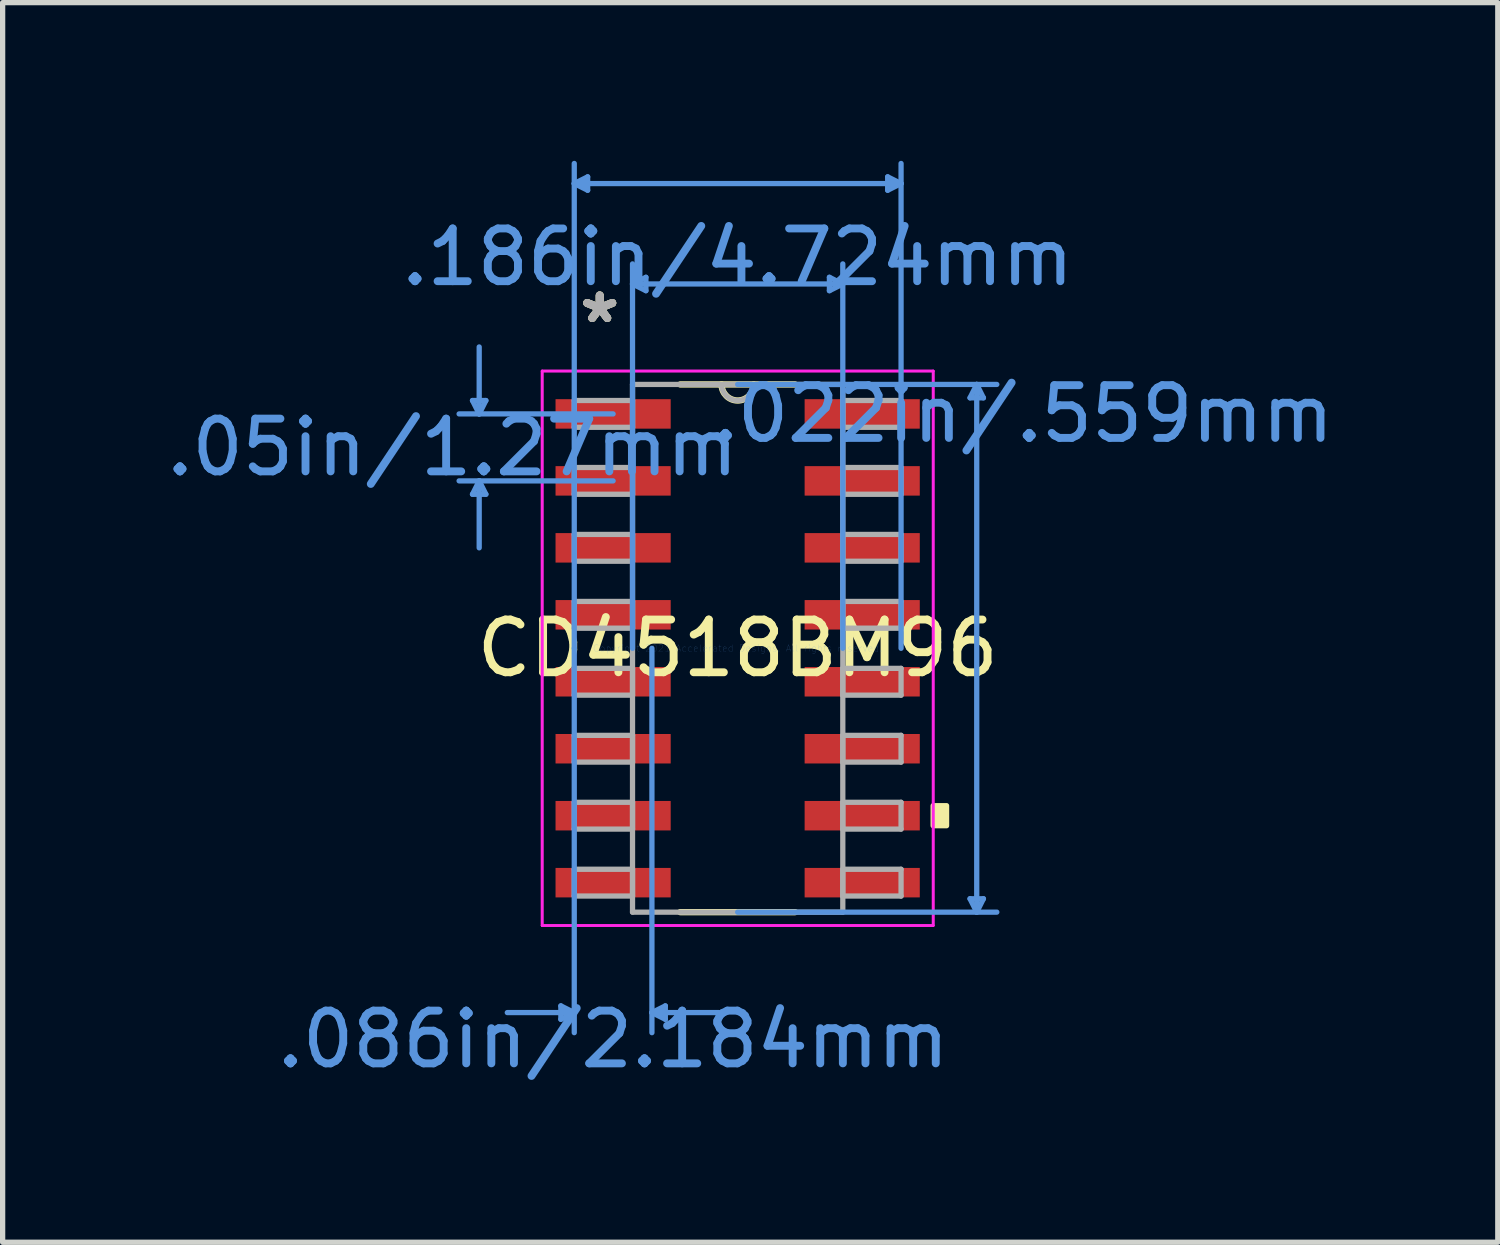
<source format=kicad_pcb>
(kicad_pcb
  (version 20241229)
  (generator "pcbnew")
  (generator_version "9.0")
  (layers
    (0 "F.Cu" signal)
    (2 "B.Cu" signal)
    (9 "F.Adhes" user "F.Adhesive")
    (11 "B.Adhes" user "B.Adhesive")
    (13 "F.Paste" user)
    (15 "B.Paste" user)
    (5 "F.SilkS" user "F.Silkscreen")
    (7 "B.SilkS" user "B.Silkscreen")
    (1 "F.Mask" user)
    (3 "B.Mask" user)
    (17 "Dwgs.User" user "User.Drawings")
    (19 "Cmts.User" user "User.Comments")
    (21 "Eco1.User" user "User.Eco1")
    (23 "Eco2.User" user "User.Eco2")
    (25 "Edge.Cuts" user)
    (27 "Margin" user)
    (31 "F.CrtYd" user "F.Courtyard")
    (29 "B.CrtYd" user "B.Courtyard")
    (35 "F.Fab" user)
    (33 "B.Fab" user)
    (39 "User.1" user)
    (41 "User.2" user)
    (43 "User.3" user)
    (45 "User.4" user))
  (footprint "CD4518BM96"
    (layer "F.Cu")
    (at 10.94 9.245)
    (property "Reference" "CD4518BM96" (at 0 0 0) (layer "F.SilkS") (effects (font (size 1 1) (thickness 0.15))))
    (attr through_hole)
    (fp_line (start -1.089 5.004) (end 1.089 5.004) (stroke (width 0.12) (type solid)) (layer "F.SilkS"))
    (fp_line (start 1.089 -5.004) (end -1.089 -5.004) (stroke (width 0.12) (type solid)) (layer "F.SilkS"))
    (fp_arc (start 0.3048 -5.0038) (mid 0 -4.699) (end -0.3048 -5.0038) (stroke (width 0.12) (type solid)) (layer "F.SilkS"))
    (fp_poly (pts (xy 3.962 2.985) (xy 3.962 3.365) (xy 3.708 3.365) (xy 3.708 2.985)) (stroke (width 0.1) (type solid)) (fill yes) (layer "F.SilkS"))
    (fp_line (start -5.029 -4.699) (end -4.775 -4.699) (stroke (width 0.1) (type solid)) (layer "Cmts.User"))
    (fp_line (start -5.029 -2.921) (end -4.775 -2.921) (stroke (width 0.1) (type solid)) (layer "Cmts.User"))
    (fp_line (start -4.902 -4.445) (end -5.029 -4.699) (stroke (width 0.1) (type solid)) (layer "Cmts.User"))
    (fp_line (start -4.902 -4.445) (end -4.902 -5.715) (stroke (width 0.1) (type solid)) (layer "Cmts.User"))
    (fp_line (start -4.902 -4.445) (end -4.775 -4.699) (stroke (width 0.1) (type solid)) (layer "Cmts.User"))
    (fp_line (start -4.902 -3.175) (end -5.029 -2.921) (stroke (width 0.1) (type solid)) (layer "Cmts.User"))
    (fp_line (start -4.902 -3.175) (end -4.902 -1.905) (stroke (width 0.1) (type solid)) (layer "Cmts.User"))
    (fp_line (start -4.902 -3.175) (end -4.775 -2.921) (stroke (width 0.1) (type solid)) (layer "Cmts.User"))
    (fp_line (start -3.353 6.782) (end -3.353 7.036) (stroke (width 0.1) (type solid)) (layer "Cmts.User"))
    (fp_line (start -3.099 -8.814) (end -2.845 -8.941) (stroke (width 0.1) (type solid)) (layer "Cmts.User"))
    (fp_line (start -3.099 -8.814) (end -2.845 -8.687) (stroke (width 0.1) (type solid)) (layer "Cmts.User"))
    (fp_line (start -3.099 -8.814) (end 3.099 -8.814) (stroke (width 0.1) (type solid)) (layer "Cmts.User"))
    (fp_line (start -3.099 0) (end -3.099 -9.195) (stroke (width 0.1) (type solid)) (layer "Cmts.User"))
    (fp_line (start -3.099 0) (end -3.099 7.29) (stroke (width 0.1) (type solid)) (layer "Cmts.User"))
    (fp_line (start -3.099 6.909) (end -4.369 6.909) (stroke (width 0.1) (type solid)) (layer "Cmts.User"))
    (fp_line (start -3.099 6.909) (end -3.353 6.782) (stroke (width 0.1) (type solid)) (layer "Cmts.User"))
    (fp_line (start -3.099 6.909) (end -3.353 7.036) (stroke (width 0.1) (type solid)) (layer "Cmts.User"))
    (fp_line (start -2.845 -8.941) (end -2.845 -8.687) (stroke (width 0.1) (type solid)) (layer "Cmts.User"))
    (fp_line (start -2.362 -4.445) (end -5.283 -4.445) (stroke (width 0.1) (type solid)) (layer "Cmts.User"))
    (fp_line (start -2.362 -3.175) (end -5.283 -3.175) (stroke (width 0.1) (type solid)) (layer "Cmts.User"))
    (fp_line (start -1.994 -6.909) (end -1.74 -7.036) (stroke (width 0.1) (type solid)) (layer "Cmts.User"))
    (fp_line (start -1.994 -6.909) (end -1.74 -6.782) (stroke (width 0.1) (type solid)) (layer "Cmts.User"))
    (fp_line (start -1.994 -6.909) (end 1.994 -6.909) (stroke (width 0.1) (type solid)) (layer "Cmts.User"))
    (fp_line (start -1.994 0) (end -1.994 -7.29) (stroke (width 0.1) (type solid)) (layer "Cmts.User"))
    (fp_line (start -1.74 -7.036) (end -1.74 -6.782) (stroke (width 0.1) (type solid)) (layer "Cmts.User"))
    (fp_line (start -1.626 0) (end -1.626 7.29) (stroke (width 0.1) (type solid)) (layer "Cmts.User"))
    (fp_line (start -1.626 6.909) (end -1.372 6.782) (stroke (width 0.1) (type solid)) (layer "Cmts.User"))
    (fp_line (start -1.626 6.909) (end -1.372 7.036) (stroke (width 0.1) (type solid)) (layer "Cmts.User"))
    (fp_line (start -1.626 6.909) (end -0.356 6.909) (stroke (width 0.1) (type solid)) (layer "Cmts.User"))
    (fp_line (start -1.372 6.782) (end -1.372 7.036) (stroke (width 0.1) (type solid)) (layer "Cmts.User"))
    (fp_line (start 0 -5.004) (end 4.915 -5.004) (stroke (width 0.1) (type solid)) (layer "Cmts.User"))
    (fp_line (start 0 5.004) (end 4.915 5.004) (stroke (width 0.1) (type solid)) (layer "Cmts.User"))
    (fp_line (start 1.74 -7.036) (end 1.74 -6.782) (stroke (width 0.1) (type solid)) (layer "Cmts.User"))
    (fp_line (start 1.994 -6.909) (end 1.74 -7.036) (stroke (width 0.1) (type solid)) (layer "Cmts.User"))
    (fp_line (start 1.994 -6.909) (end 1.74 -6.782) (stroke (width 0.1) (type solid)) (layer "Cmts.User"))
    (fp_line (start 1.994 0) (end 1.994 -7.29) (stroke (width 0.1) (type solid)) (layer "Cmts.User"))
    (fp_line (start 2.845 -8.941) (end 2.845 -8.687) (stroke (width 0.1) (type solid)) (layer "Cmts.User"))
    (fp_line (start 3.099 -8.814) (end 2.845 -8.941) (stroke (width 0.1) (type solid)) (layer "Cmts.User"))
    (fp_line (start 3.099 -8.814) (end 2.845 -8.687) (stroke (width 0.1) (type solid)) (layer "Cmts.User"))
    (fp_line (start 3.099 0) (end 3.099 -9.195) (stroke (width 0.1) (type solid)) (layer "Cmts.User"))
    (fp_line (start 4.407 -4.75) (end 4.661 -4.75) (stroke (width 0.1) (type solid)) (layer "Cmts.User"))
    (fp_line (start 4.407 4.75) (end 4.661 4.75) (stroke (width 0.1) (type solid)) (layer "Cmts.User"))
    (fp_line (start 4.534 -5.004) (end 4.407 -4.75) (stroke (width 0.1) (type solid)) (layer "Cmts.User"))
    (fp_line (start 4.534 -5.004) (end 4.534 5.004) (stroke (width 0.1) (type solid)) (layer "Cmts.User"))
    (fp_line (start 4.534 -5.004) (end 4.661 -4.75) (stroke (width 0.1) (type solid)) (layer "Cmts.User"))
    (fp_line (start 4.534 5.004) (end 4.407 4.75) (stroke (width 0.1) (type solid)) (layer "Cmts.User"))
    (fp_line (start 4.534 5.004) (end 4.661 4.75) (stroke (width 0.1) (type solid)) (layer "Cmts.User"))
    (fp_line (start -3.708 -5.258) (end 3.708 -5.258) (stroke (width 0.05) (type solid)) (layer "F.CrtYd"))
    (fp_line (start -3.708 -5.258) (end 3.708 -5.258) (stroke (width 0.05) (type solid)) (layer "F.CrtYd"))
    (fp_line (start -3.708 5.258) (end -3.708 -5.258) (stroke (width 0.05) (type solid)) (layer "F.CrtYd"))
    (fp_line (start -3.708 5.258) (end -3.708 -5.258) (stroke (width 0.05) (type solid)) (layer "F.CrtYd"))
    (fp_line (start 3.708 -5.258) (end 3.708 5.258) (stroke (width 0.05) (type solid)) (layer "F.CrtYd"))
    (fp_line (start 3.708 -5.258) (end 3.708 5.258) (stroke (width 0.05) (type solid)) (layer "F.CrtYd"))
    (fp_line (start 3.708 5.258) (end -3.708 5.258) (stroke (width 0.05) (type solid)) (layer "F.CrtYd"))
    (fp_line (start 3.708 5.258) (end -3.708 5.258) (stroke (width 0.05) (type solid)) (layer "F.CrtYd"))
    (fp_line (start -3.099 -4.699) (end -3.099 -4.191) (stroke (width 0.1) (type solid)) (layer "F.Fab"))
    (fp_line (start -3.099 -4.191) (end -1.994 -4.191) (stroke (width 0.1) (type solid)) (layer "F.Fab"))
    (fp_line (start -3.099 -3.429) (end -3.099 -2.921) (stroke (width 0.1) (type solid)) (layer "F.Fab"))
    (fp_line (start -3.099 -2.921) (end -1.994 -2.921) (stroke (width 0.1) (type solid)) (layer "F.Fab"))
    (fp_line (start -3.099 -2.159) (end -3.099 -1.651) (stroke (width 0.1) (type solid)) (layer "F.Fab"))
    (fp_line (start -3.099 -1.651) (end -1.994 -1.651) (stroke (width 0.1) (type solid)) (layer "F.Fab"))
    (fp_line (start -3.099 -0.889) (end -3.099 -0.381) (stroke (width 0.1) (type solid)) (layer "F.Fab"))
    (fp_line (start -3.099 -0.381) (end -1.994 -0.381) (stroke (width 0.1) (type solid)) (layer "F.Fab"))
    (fp_line (start -3.099 0.381) (end -3.099 0.889) (stroke (width 0.1) (type solid)) (layer "F.Fab"))
    (fp_line (start -3.099 0.889) (end -1.994 0.889) (stroke (width 0.1) (type solid)) (layer "F.Fab"))
    (fp_line (start -3.099 1.651) (end -3.099 2.159) (stroke (width 0.1) (type solid)) (layer "F.Fab"))
    (fp_line (start -3.099 2.159) (end -1.994 2.159) (stroke (width 0.1) (type solid)) (layer "F.Fab"))
    (fp_line (start -3.099 2.921) (end -3.099 3.429) (stroke (width 0.1) (type solid)) (layer "F.Fab"))
    (fp_line (start -3.099 3.429) (end -1.994 3.429) (stroke (width 0.1) (type solid)) (layer "F.Fab"))
    (fp_line (start -3.099 4.191) (end -3.099 4.699) (stroke (width 0.1) (type solid)) (layer "F.Fab"))
    (fp_line (start -3.099 4.699) (end -1.994 4.699) (stroke (width 0.1) (type solid)) (layer "F.Fab"))
    (fp_line (start -1.994 -5.004) (end -1.994 5.004) (stroke (width 0.1) (type solid)) (layer "F.Fab"))
    (fp_line (start -1.994 -4.699) (end -3.099 -4.699) (stroke (width 0.1) (type solid)) (layer "F.Fab"))
    (fp_line (start -1.994 -4.191) (end -1.994 -4.699) (stroke (width 0.1) (type solid)) (layer "F.Fab"))
    (fp_line (start -1.994 -3.429) (end -3.099 -3.429) (stroke (width 0.1) (type solid)) (layer "F.Fab"))
    (fp_line (start -1.994 -2.921) (end -1.994 -3.429) (stroke (width 0.1) (type solid)) (layer "F.Fab"))
    (fp_line (start -1.994 -2.159) (end -3.099 -2.159) (stroke (width 0.1) (type solid)) (layer "F.Fab"))
    (fp_line (start -1.994 -1.651) (end -1.994 -2.159) (stroke (width 0.1) (type solid)) (layer "F.Fab"))
    (fp_line (start -1.994 -0.889) (end -3.099 -0.889) (stroke (width 0.1) (type solid)) (layer "F.Fab"))
    (fp_line (start -1.994 -0.381) (end -1.994 -0.889) (stroke (width 0.1) (type solid)) (layer "F.Fab"))
    (fp_line (start -1.994 0.381) (end -3.099 0.381) (stroke (width 0.1) (type solid)) (layer "F.Fab"))
    (fp_line (start -1.994 0.889) (end -1.994 0.381) (stroke (width 0.1) (type solid)) (layer "F.Fab"))
    (fp_line (start -1.994 1.651) (end -3.099 1.651) (stroke (width 0.1) (type solid)) (layer "F.Fab"))
    (fp_line (start -1.994 2.159) (end -1.994 1.651) (stroke (width 0.1) (type solid)) (layer "F.Fab"))
    (fp_line (start -1.994 2.921) (end -3.099 2.921) (stroke (width 0.1) (type solid)) (layer "F.Fab"))
    (fp_line (start -1.994 3.429) (end -1.994 2.921) (stroke (width 0.1) (type solid)) (layer "F.Fab"))
    (fp_line (start -1.994 4.191) (end -3.099 4.191) (stroke (width 0.1) (type solid)) (layer "F.Fab"))
    (fp_line (start -1.994 4.699) (end -1.994 4.191) (stroke (width 0.1) (type solid)) (layer "F.Fab"))
    (fp_line (start -1.994 5.004) (end 1.994 5.004) (stroke (width 0.1) (type solid)) (layer "F.Fab"))
    (fp_line (start 1.994 -5.004) (end -1.994 -5.004) (stroke (width 0.1) (type solid)) (layer "F.Fab"))
    (fp_line (start 1.994 -4.699) (end 1.994 -4.191) (stroke (width 0.1) (type solid)) (layer "F.Fab"))
    (fp_line (start 1.994 -4.191) (end 3.099 -4.191) (stroke (width 0.1) (type solid)) (layer "F.Fab"))
    (fp_line (start 1.994 -3.429) (end 1.994 -2.921) (stroke (width 0.1) (type solid)) (layer "F.Fab"))
    (fp_line (start 1.994 -2.921) (end 3.099 -2.921) (stroke (width 0.1) (type solid)) (layer "F.Fab"))
    (fp_line (start 1.994 -2.159) (end 1.994 -1.651) (stroke (width 0.1) (type solid)) (layer "F.Fab"))
    (fp_line (start 1.994 -1.651) (end 3.099 -1.651) (stroke (width 0.1) (type solid)) (layer "F.Fab"))
    (fp_line (start 1.994 -0.889) (end 1.994 -0.381) (stroke (width 0.1) (type solid)) (layer "F.Fab"))
    (fp_line (start 1.994 -0.381) (end 3.099 -0.381) (stroke (width 0.1) (type solid)) (layer "F.Fab"))
    (fp_line (start 1.994 0.381) (end 1.994 0.889) (stroke (width 0.1) (type solid)) (layer "F.Fab"))
    (fp_line (start 1.994 0.889) (end 3.099 0.889) (stroke (width 0.1) (type solid)) (layer "F.Fab"))
    (fp_line (start 1.994 1.651) (end 1.994 2.159) (stroke (width 0.1) (type solid)) (layer "F.Fab"))
    (fp_line (start 1.994 2.159) (end 3.099 2.159) (stroke (width 0.1) (type solid)) (layer "F.Fab"))
    (fp_line (start 1.994 2.921) (end 1.994 3.429) (stroke (width 0.1) (type solid)) (layer "F.Fab"))
    (fp_line (start 1.994 3.429) (end 3.099 3.429) (stroke (width 0.1) (type solid)) (layer "F.Fab"))
    (fp_line (start 1.994 4.191) (end 1.994 4.699) (stroke (width 0.1) (type solid)) (layer "F.Fab"))
    (fp_line (start 1.994 4.699) (end 3.099 4.699) (stroke (width 0.1) (type solid)) (layer "F.Fab"))
    (fp_line (start 1.994 5.004) (end 1.994 -5.004) (stroke (width 0.1) (type solid)) (layer "F.Fab"))
    (fp_line (start 3.099 -4.699) (end 1.994 -4.699) (stroke (width 0.1) (type solid)) (layer "F.Fab"))
    (fp_line (start 3.099 -4.191) (end 3.099 -4.699) (stroke (width 0.1) (type solid)) (layer "F.Fab"))
    (fp_line (start 3.099 -3.429) (end 1.994 -3.429) (stroke (width 0.1) (type solid)) (layer "F.Fab"))
    (fp_line (start 3.099 -2.921) (end 3.099 -3.429) (stroke (width 0.1) (type solid)) (layer "F.Fab"))
    (fp_line (start 3.099 -2.159) (end 1.994 -2.159) (stroke (width 0.1) (type solid)) (layer "F.Fab"))
    (fp_line (start 3.099 -1.651) (end 3.099 -2.159) (stroke (width 0.1) (type solid)) (layer "F.Fab"))
    (fp_line (start 3.099 -0.889) (end 1.994 -0.889) (stroke (width 0.1) (type solid)) (layer "F.Fab"))
    (fp_line (start 3.099 -0.381) (end 3.099 -0.889) (stroke (width 0.1) (type solid)) (layer "F.Fab"))
    (fp_line (start 3.099 0.381) (end 1.994 0.381) (stroke (width 0.1) (type solid)) (layer "F.Fab"))
    (fp_line (start 3.099 0.889) (end 3.099 0.381) (stroke (width 0.1) (type solid)) (layer "F.Fab"))
    (fp_line (start 3.099 1.651) (end 1.994 1.651) (stroke (width 0.1) (type solid)) (layer "F.Fab"))
    (fp_line (start 3.099 2.159) (end 3.099 1.651) (stroke (width 0.1) (type solid)) (layer "F.Fab"))
    (fp_line (start 3.099 2.921) (end 1.994 2.921) (stroke (width 0.1) (type solid)) (layer "F.Fab"))
    (fp_line (start 3.099 3.429) (end 3.099 2.921) (stroke (width 0.1) (type solid)) (layer "F.Fab"))
    (fp_line (start 3.099 4.191) (end 1.994 4.191) (stroke (width 0.1) (type solid)) (layer "F.Fab"))
    (fp_line (start 3.099 4.699) (end 3.099 4.191) (stroke (width 0.1) (type solid)) (layer "F.Fab"))
    (fp_arc (start 0.3048 -5.0038) (mid 0 -4.699) (end -0.3048 -5.0038) (stroke (width 0.1) (type solid)) (layer "F.Fab"))
    (fp_text user "*" (at -2.616 -6.147 0) (layer "F.SilkS") (effects (font (size 1 1) (thickness 0.15))))
    (fp_text user "*" (at -2.616 -6.147 0) (layer "F.SilkS") (effects (font (size 1 1) (thickness 0.15))))
    (fp_text user ".186in/4.724mm" (at 0 -7.417 0) (layer "Cmts.User") (effects (font (size 1 1) (thickness 0.15))))
    (fp_text user ".022in/.559mm" (at 5.41 -4.445 0) (layer "Cmts.User") (effects (font (size 1 1) (thickness 0.15))))
    (fp_text user "Copyright 2021 Accelerated Designs. All rights reserved." (at 0 0 0) (layer "Cmts.User") (effects (font (size 0.127 0.127) (thickness 0.002))))
    (fp_text user ".086in/2.184mm" (at -2.362 7.417 0) (layer "Cmts.User") (effects (font (size 1 1) (thickness 0.15))))
    (fp_text user ".05in/1.27mm" (at -5.41 -3.81 0) (layer "Cmts.User") (effects (font (size 1 1) (thickness 0.15))))
    (fp_text user "*" (at -2.616 -6.147 0) (layer "F.Fab") (effects (font (size 1 1) (thickness 0.15))))
    (fp_text user "*" (at -2.616 -6.147 0) (layer "F.Fab") (effects (font (size 1 1) (thickness 0.15))))
    (pad "1" smd rect (at -2.362 -4.445) (size 2.184 0.559) (layers "F.Cu" "F.Mask" "F.Paste"))
    (pad "2" smd rect (at -2.362 -3.175) (size 2.184 0.559) (layers "F.Cu" "F.Mask" "F.Paste"))
    (pad "3" smd rect (at -2.362 -1.905) (size 2.184 0.559) (layers "F.Cu" "F.Mask" "F.Paste"))
    (pad "4" smd rect (at -2.362 -0.635) (size 2.184 0.559) (layers "F.Cu" "F.Mask" "F.Paste"))
    (pad "5" smd rect (at -2.362 0.635) (size 2.184 0.559) (layers "F.Cu" "F.Mask" "F.Paste"))
    (pad "6" smd rect (at -2.362 1.905) (size 2.184 0.559) (layers "F.Cu" "F.Mask" "F.Paste"))
    (pad "7" smd rect (at -2.362 3.175) (size 2.184 0.559) (layers "F.Cu" "F.Mask" "F.Paste"))
    (pad "8" smd rect (at -2.362 4.445) (size 2.184 0.559) (layers "F.Cu" "F.Mask" "F.Paste"))
    (pad "9" smd rect (at 2.362 4.445) (size 2.184 0.559) (layers "F.Cu" "F.Mask" "F.Paste"))
    (pad "10" smd rect (at 2.362 3.175) (size 2.184 0.559) (layers "F.Cu" "F.Mask" "F.Paste"))
    (pad "11" smd rect (at 2.362 1.905) (size 2.184 0.559) (layers "F.Cu" "F.Mask" "F.Paste"))
    (pad "12" smd rect (at 2.362 0.635) (size 2.184 0.559) (layers "F.Cu" "F.Mask" "F.Paste"))
    (pad "13" smd rect (at 2.362 -0.635) (size 2.184 0.559) (layers "F.Cu" "F.Mask" "F.Paste"))
    (pad "14" smd rect (at 2.362 -1.905) (size 2.184 0.559) (layers "F.Cu" "F.Mask" "F.Paste"))
    (pad "15" smd rect (at 2.362 -3.175) (size 2.184 0.559) (layers "F.Cu" "F.Mask" "F.Paste"))
    (pad "16" smd rect (at 2.362 -4.445) (size 2.184 0.559) (layers "F.Cu" "F.Mask" "F.Paste")))
  (gr_rect
    (start -3 -3)
    (end 25.356 20.51)
    (stroke (width 0.1) (type default))
    (fill no)
    (layer "Edge.Cuts")))
</source>
